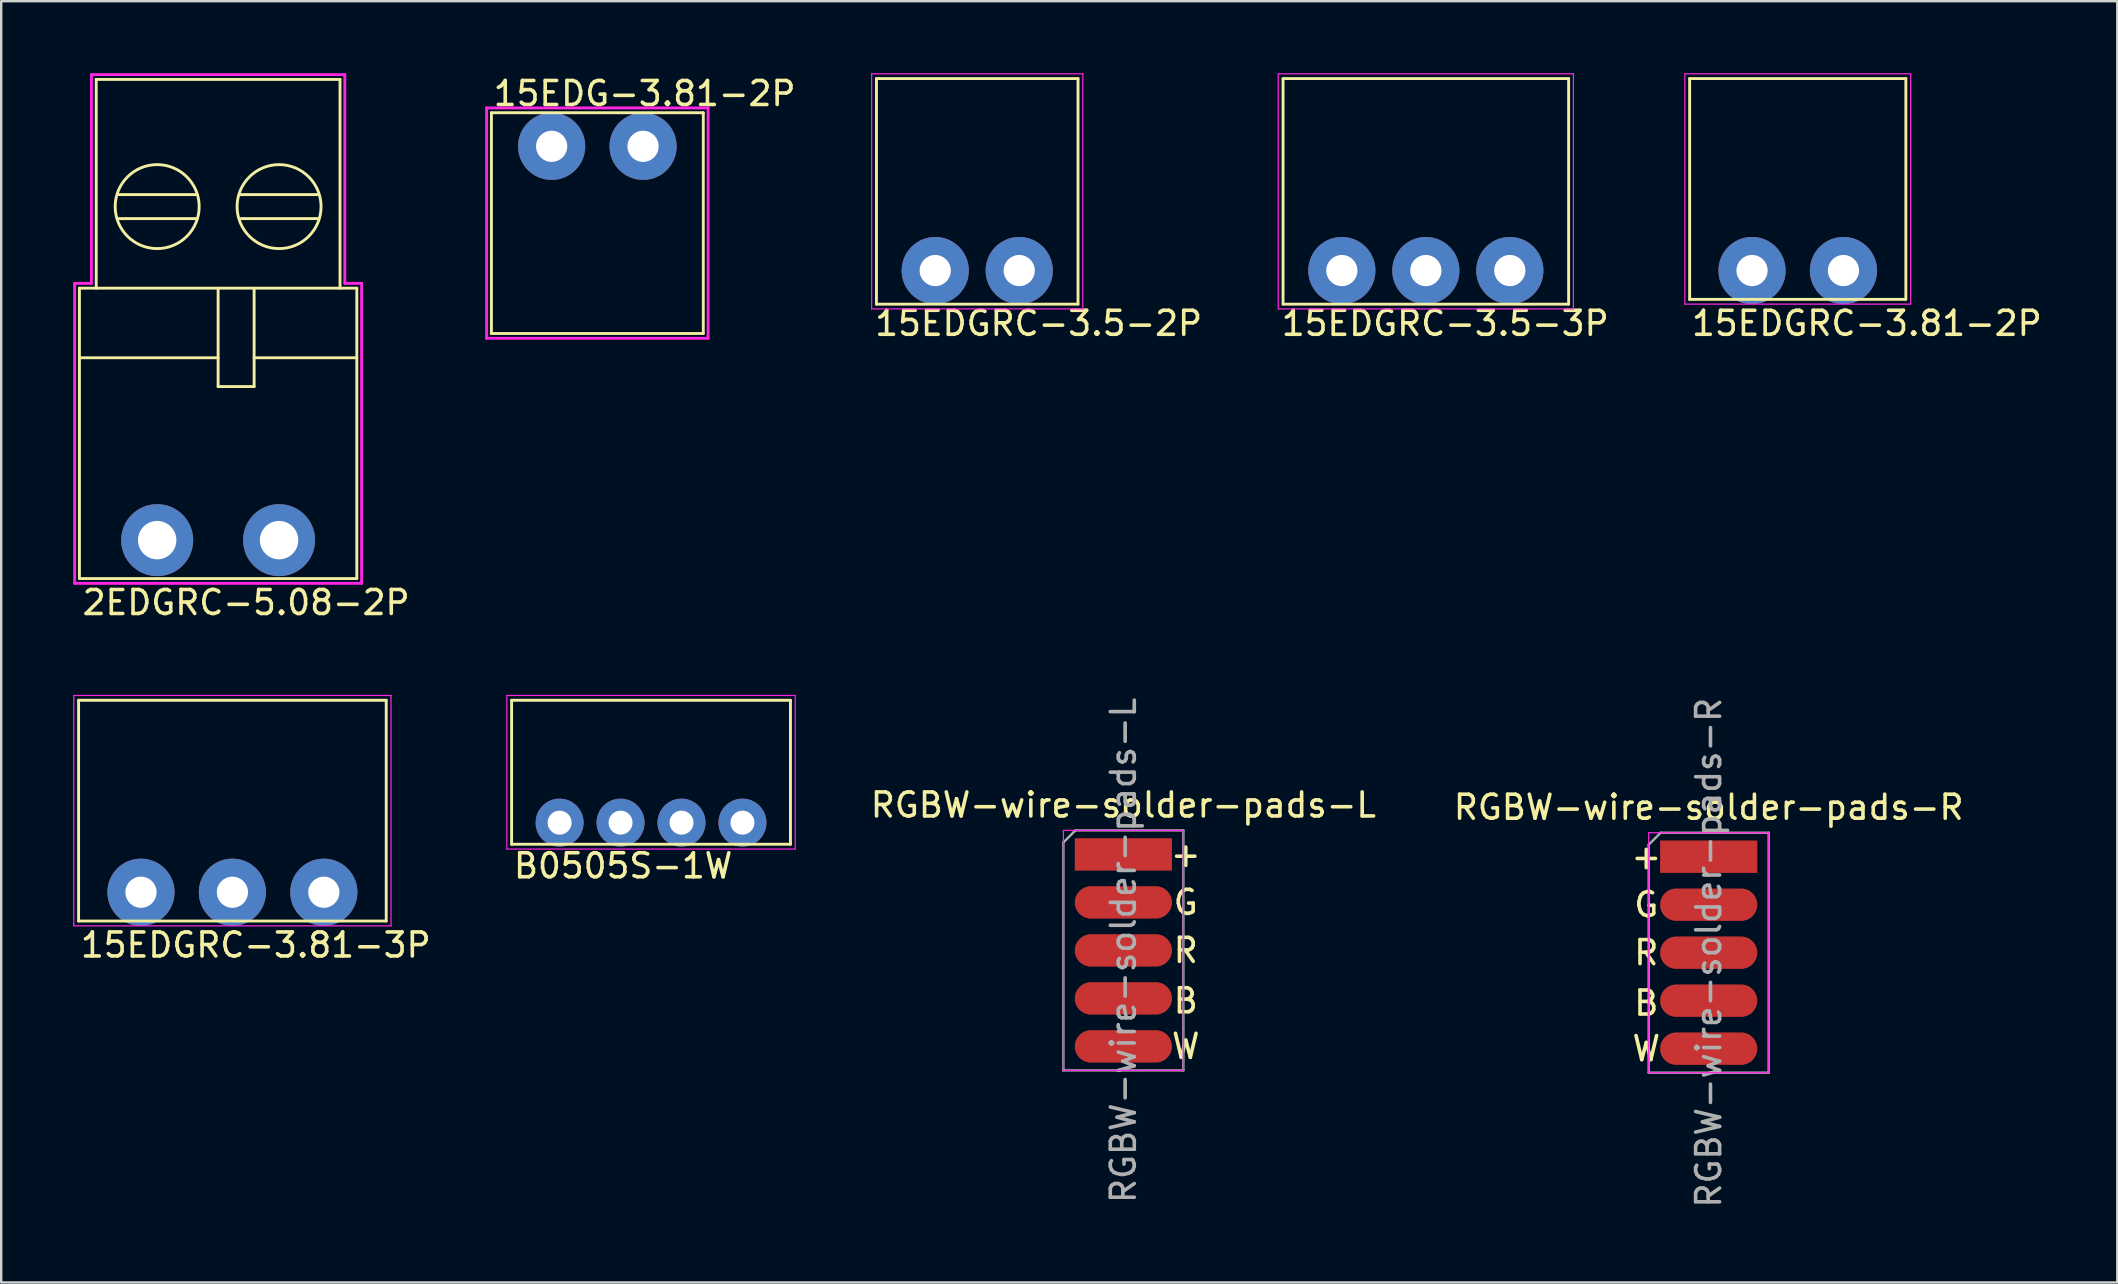
<source format=kicad_pcb>
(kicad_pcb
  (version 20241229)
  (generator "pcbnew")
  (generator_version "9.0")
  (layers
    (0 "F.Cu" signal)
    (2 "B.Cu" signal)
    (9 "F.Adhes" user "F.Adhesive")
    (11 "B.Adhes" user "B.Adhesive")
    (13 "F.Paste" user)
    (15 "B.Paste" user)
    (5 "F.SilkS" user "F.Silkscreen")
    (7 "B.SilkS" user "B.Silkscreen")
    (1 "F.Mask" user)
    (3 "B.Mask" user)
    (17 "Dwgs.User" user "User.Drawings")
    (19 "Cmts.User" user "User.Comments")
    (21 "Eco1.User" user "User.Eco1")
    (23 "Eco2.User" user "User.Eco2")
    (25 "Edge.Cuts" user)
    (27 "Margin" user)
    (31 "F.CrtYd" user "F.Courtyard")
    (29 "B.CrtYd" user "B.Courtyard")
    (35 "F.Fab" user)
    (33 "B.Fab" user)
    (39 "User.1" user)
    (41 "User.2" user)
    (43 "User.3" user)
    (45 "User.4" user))
  (footprint "15EDG-3.81-2P"
    (layer "F.Cu")
    (at 19.939 3.048)
    (property "Reference" "15EDG-3.81-2P" (at -2.51 -2.2 0) (layer "F.SilkS") (effects (font (size 1 1) (thickness 0.15)) (justify left)))
    (attr through_hole)
    (fp_line (start -2.51 -1.4) (end -2.51 7.8) (stroke (width 0.12) (type solid)) (layer "F.SilkS"))
    (fp_line (start -2.51 -1.4) (end 6.32 -1.4) (stroke (width 0.12) (type solid)) (layer "F.SilkS"))
    (fp_line (start 6.32 -1.4) (end 6.32 7.8) (stroke (width 0.12) (type solid)) (layer "F.SilkS"))
    (fp_line (start 6.32 7.8) (end -2.51 7.8) (stroke (width 0.12) (type solid)) (layer "F.SilkS"))
    (fp_line (start -2.71 -1.6) (end -2.71 8) (stroke (width 0.12) (type solid)) (layer "F.CrtYd"))
    (fp_line (start -2.71 -1.6) (end 6.52 -1.6) (stroke (width 0.12) (type solid)) (layer "F.CrtYd"))
    (fp_line (start 6.52 -1.6) (end 6.52 8) (stroke (width 0.12) (type solid)) (layer "F.CrtYd"))
    (fp_line (start 6.52 8) (end -2.71 8) (stroke (width 0.12) (type solid)) (layer "F.CrtYd"))
    (pad "1" thru_hole circle (at 0 0) (size 2.8 2.8) (drill 1.3) (layers "*.Cu" "*.Mask"))
    (pad "2" thru_hole circle (at 3.81 0) (size 2.8 2.8) (drill 1.3) (layers "*.Cu" "*.Mask")))
  (footprint "2EDGRC-5.08-2P"
    (layer "F.Cu")
    (at 3.5 19.46)
    (property "Reference" "2EDGRC-5.08-2P" (at -3.2 2.6 0) (layer "F.SilkS") (effects (font (size 1 1) (thickness 0.15)) (justify left)))
    (attr through_hole)
    (fp_line (start -3.24 -10.5) (end -3.24 1.6) (stroke (width 0.12) (type solid)) (layer "F.SilkS"))
    (fp_line (start -3.24 -10.5) (end 8.32 -10.5) (stroke (width 0.12) (type solid)) (layer "F.SilkS"))
    (fp_line (start -3.24 1.6) (end 8.32 1.6) (stroke (width 0.12) (type solid)) (layer "F.SilkS"))
    (fp_line (start -2.54 -19.2) (end 7.62 -19.2) (stroke (width 0.12) (type solid)) (layer "F.SilkS"))
    (fp_line (start -2.54 -10.5) (end -2.54 -19.2) (stroke (width 0.12) (type solid)) (layer "F.SilkS"))
    (fp_line (start -1.6 -14.4) (end 1.6 -14.4) (stroke (width 0.12) (type solid)) (layer "F.SilkS"))
    (fp_line (start -1.6 -13.4) (end 1.6 -13.4) (stroke (width 0.12) (type solid)) (layer "F.SilkS"))
    (fp_line (start 2.54 -10.5) (end 2.54 -6.4) (stroke (width 0.12) (type solid)) (layer "F.SilkS"))
    (fp_line (start 2.54 -7.6) (end -3.24 -7.6) (stroke (width 0.12) (type solid)) (layer "F.SilkS"))
    (fp_line (start 2.54 -6.4) (end 4.04 -6.4) (stroke (width 0.12) (type solid)) (layer "F.SilkS"))
    (fp_line (start 3.48 -14.4) (end 6.68 -14.4) (stroke (width 0.12) (type solid)) (layer "F.SilkS"))
    (fp_line (start 3.48 -13.4) (end 6.68 -13.4) (stroke (width 0.12) (type solid)) (layer "F.SilkS"))
    (fp_line (start 4.04 -10.5) (end 4.04 -6.4) (stroke (width 0.12) (type solid)) (layer "F.SilkS"))
    (fp_line (start 7.62 -10.5) (end 7.62 -19.2) (stroke (width 0.12) (type solid)) (layer "F.SilkS"))
    (fp_line (start 8.32 -10.5) (end 8.32 1.6) (stroke (width 0.12) (type solid)) (layer "F.SilkS"))
    (fp_line (start 8.32 -7.6) (end 4.04 -7.6) (stroke (width 0.12) (type solid)) (layer "F.SilkS"))
    (fp_circle (center 0 -13.9) (end 1.75 -13.9) (stroke (width 0.12) (type solid)) (fill no) (layer "F.SilkS"))
    (fp_circle (center 5.08 -13.9) (end 6.83 -13.9) (stroke (width 0.12) (type solid)) (fill no) (layer "F.SilkS"))
    (fp_line (start -3.44 1.8) (end -3.44 -10.7) (stroke (width 0.12) (type solid)) (layer "F.CrtYd"))
    (fp_line (start -3.44 1.8) (end 8.52 1.8) (stroke (width 0.12) (type solid)) (layer "F.CrtYd"))
    (fp_line (start -2.74 -19.4) (end -2.74 -10.7) (stroke (width 0.12) (type solid)) (layer "F.CrtYd"))
    (fp_line (start -2.74 -10.7) (end -3.44 -10.7) (stroke (width 0.12) (type solid)) (layer "F.CrtYd"))
    (fp_line (start 7.82 -19.4) (end -2.74 -19.4) (stroke (width 0.12) (type solid)) (layer "F.CrtYd"))
    (fp_line (start 7.82 -10.7) (end 7.82 -19.4) (stroke (width 0.12) (type solid)) (layer "F.CrtYd"))
    (fp_line (start 8.52 -10.7) (end 7.82 -10.7) (stroke (width 0.12) (type solid)) (layer "F.CrtYd"))
    (fp_line (start 8.52 1.8) (end 8.52 -10.7) (stroke (width 0.12) (type solid)) (layer "F.CrtYd"))
    (pad "1" thru_hole circle (at 0 0) (size 3 3) (drill 1.6) (layers "*.Cu" "*.Mask"))
    (pad "2" thru_hole circle (at 5.08 0) (size 3 3) (drill 1.6) (layers "*.Cu" "*.Mask")))
  (footprint "15EDGRC-3.5-3P"
    (layer "F.Cu")
    (at 52.87 8.225)
    (property "Reference" "15EDGRC-3.5-3P" (at -2.6 2.2 0) (layer "F.SilkS") (effects (font (size 1 1) (thickness 0.15)) (justify left)))
    (attr through_hole)
    (fp_line (start -2.45 -8) (end -2.45 1.4) (stroke (width 0.12) (type solid)) (layer "F.SilkS"))
    (fp_line (start -2.45 -8) (end 9.45 -8) (stroke (width 0.12) (type solid)) (layer "F.SilkS"))
    (fp_line (start 9.45 -8) (end 9.45 1.4) (stroke (width 0.12) (type solid)) (layer "F.SilkS"))
    (fp_line (start 9.45 1.4) (end -2.45 1.4) (stroke (width 0.12) (type solid)) (layer "F.SilkS"))
    (fp_line (start -2.65 1.6) (end -2.65 -8.2) (stroke (width 0.05) (type solid)) (layer "F.CrtYd"))
    (fp_line (start -2.65 1.6) (end 9.65 1.6) (stroke (width 0.05) (type solid)) (layer "F.CrtYd"))
    (fp_line (start 9.65 -8.2) (end -2.65 -8.2) (stroke (width 0.05) (type solid)) (layer "F.CrtYd"))
    (fp_line (start 9.65 -8.2) (end 9.65 1.6) (stroke (width 0.05) (type solid)) (layer "F.CrtYd"))
    (pad "1" thru_hole circle (at 0 0) (size 2.8 2.8) (drill 1.3) (layers "*.Cu" "*.Mask"))
    (pad "2" thru_hole circle (at 3.5 0) (size 2.8 2.8) (drill 1.3) (layers "*.Cu" "*.Mask"))
    (pad "3" thru_hole circle (at 7 0) (size 2.8 2.8) (drill 1.3) (layers "*.Cu" "*.Mask")))
  (footprint "15EDGRC-3.5-2P"
    (layer "F.Cu")
    (at 35.925 8.225)
    (property "Reference" "15EDGRC-3.5-2P" (at -2.6 2.2 0) (layer "F.SilkS") (effects (font (size 1 1) (thickness 0.15)) (justify left)))
    (attr through_hole)
    (fp_line (start -2.45 -8) (end -2.45 1.4) (stroke (width 0.12) (type solid)) (layer "F.SilkS"))
    (fp_line (start -2.45 -8) (end 5.95 -8) (stroke (width 0.12) (type solid)) (layer "F.SilkS"))
    (fp_line (start 5.95 -8) (end 5.95 1.4) (stroke (width 0.12) (type solid)) (layer "F.SilkS"))
    (fp_line (start 5.95 1.4) (end -2.45 1.4) (stroke (width 0.12) (type solid)) (layer "F.SilkS"))
    (fp_line (start -2.65 1.6) (end -2.65 -8.2) (stroke (width 0.05) (type solid)) (layer "F.CrtYd"))
    (fp_line (start -2.65 1.6) (end 6.15 1.6) (stroke (width 0.05) (type solid)) (layer "F.CrtYd"))
    (fp_line (start 6.15 -8.2) (end -2.65 -8.2) (stroke (width 0.05) (type solid)) (layer "F.CrtYd"))
    (fp_line (start 6.15 -8.2) (end 6.15 1.6) (stroke (width 0.05) (type solid)) (layer "F.CrtYd"))
    (pad "1" thru_hole circle (at 0 0) (size 2.8 2.8) (drill 1.3) (layers "*.Cu" "*.Mask"))
    (pad "2" thru_hole circle (at 3.5 0) (size 2.8 2.8) (drill 1.3) (layers "*.Cu" "*.Mask")))
  (footprint "B0505S-1W"
    (layer "F.Cu")
    (at 20.271 31.233)
    (property "Reference" "B0505S-1W" (at -2 1.8 0) (layer "F.SilkS") (effects (font (size 1 1) (thickness 0.15)) (justify left)))
    (attr through_hole)
    (fp_line (start -2 -5.1) (end -2 0.9) (stroke (width 0.12) (type solid)) (layer "F.SilkS"))
    (fp_line (start -2 -5.1) (end 9.62 -5.1) (stroke (width 0.12) (type solid)) (layer "F.SilkS"))
    (fp_line (start -2 0.9) (end 9.62 0.9) (stroke (width 0.12) (type solid)) (layer "F.SilkS"))
    (fp_line (start 9.62 -5.1) (end 9.62 0.9) (stroke (width 0.12) (type solid)) (layer "F.SilkS"))
    (fp_line (start -2.2 -5.3) (end -2.2 1.1) (stroke (width 0.05) (type solid)) (layer "F.CrtYd"))
    (fp_line (start -2.2 -5.3) (end 9.82 -5.3) (stroke (width 0.05) (type solid)) (layer "F.CrtYd"))
    (fp_line (start 9.82 -5.3) (end 9.82 1.1) (stroke (width 0.05) (type solid)) (layer "F.CrtYd"))
    (fp_line (start 9.82 1.1) (end -2.2 1.1) (stroke (width 0.05) (type solid)) (layer "F.CrtYd"))
    (pad "1" thru_hole circle (at 0 0) (size 2 2) (drill 1) (layers "*.Cu" "*.Mask"))
    (pad "2" thru_hole circle (at 2.54 0) (size 2 2) (drill 1) (layers "*.Cu" "*.Mask"))
    (pad "3" thru_hole circle (at 5.08 0) (size 2 2) (drill 1) (layers "*.Cu" "*.Mask"))
    (pad "4" thru_hole circle (at 7.62 0) (size 2 2) (drill 1) (layers "*.Cu" "*.Mask")))
  (footprint "RGBW-wire-solder-pads-L"
    (layer "F.Cu")
    (at 43.765 32.557)
    (property "Reference" "RGBW-wire-solder-pads-L" (at 0 -2.06 0) (layer "F.SilkS") (effects (font (size 1 1) (thickness 0.15))))
    (attr through_hole)
    (fp_line (start -2.5 -1) (end -2.5 9) (stroke (width 0.05) (type solid)) (layer "F.CrtYd"))
    (fp_line (start -2.5 9) (end 2.5 9) (stroke (width 0.05) (type solid)) (layer "F.CrtYd"))
    (fp_line (start 2.5 -1) (end -2.5 -1) (stroke (width 0.05) (type solid)) (layer "F.CrtYd"))
    (fp_line (start 2.5 9) (end 2.5 -1) (stroke (width 0.05) (type solid)) (layer "F.CrtYd"))
    (fp_line (start -2.5 -0.5) (end -2 -1) (stroke (width 0.1) (type solid)) (layer "F.Fab"))
    (fp_line (start -2.5 9) (end -2.5 -0.5) (stroke (width 0.1) (type solid)) (layer "F.Fab"))
    (fp_line (start -2 -1) (end 2.5 -1) (stroke (width 0.1) (type solid)) (layer "F.Fab"))
    (fp_line (start 2.5 -1) (end 2.5 9) (stroke (width 0.1) (type solid)) (layer "F.Fab"))
    (fp_line (start 2.5 9) (end -2.5 9) (stroke (width 0.1) (type solid)) (layer "F.Fab"))
    (fp_text user "B" (at 2.6 6.1 0) (layer "F.SilkS") (effects (font (size 1 1) (thickness 0.15))))
    (fp_text user "G" (at 2.6 2 0) (layer "F.SilkS") (effects (font (size 1 1) (thickness 0.15))))
    (fp_text user "R" (at 2.6 4 0) (layer "F.SilkS") (effects (font (size 1 1) (thickness 0.15))))
    (fp_text user "W" (at 2.6 8 0) (layer "F.SilkS") (effects (font (size 1 1) (thickness 0.15))))
    (fp_text user "+" (at 2.6 0 0) (layer "F.SilkS") (effects (font (size 1 1) (thickness 0.15))))
    (fp_text user "${REFERENCE}" (at 0 4 90) (layer "F.Fab") (effects (font (size 1 1) (thickness 0.15))))
    (pad "1" smd rect (at 0 0) (size 4.05 1.35) (layers "F.Cu" "F.Mask" "F.Paste"))
    (pad "2" smd oval (at 0 2) (size 4.05 1.35) (layers "F.Cu" "F.Mask" "F.Paste"))
    (pad "3" smd oval (at 0 4) (size 4.05 1.35) (layers "F.Cu" "F.Mask" "F.Paste"))
    (pad "4" smd oval (at 0 6) (size 4.05 1.35) (layers "F.Cu" "F.Mask" "F.Paste"))
    (pad "5" smd oval (at 0 8) (size 4.05 1.35) (layers "F.Cu" "F.Mask" "F.Paste")))
  (footprint "15EDGRC-3.81-2P"
    (layer "F.Cu")
    (at 69.964 8.225)
    (property "Reference" "15EDGRC-3.81-2P" (at -2.6 2.2 0) (layer "F.SilkS") (effects (font (size 1 1) (thickness 0.15)) (justify left)))
    (attr through_hole)
    (fp_line (start -2.6 -8) (end -2.6 1.2) (stroke (width 0.12) (type solid)) (layer "F.SilkS"))
    (fp_line (start -2.6 -8) (end 6.41 -8) (stroke (width 0.12) (type solid)) (layer "F.SilkS"))
    (fp_line (start -2.6 1.2) (end 6.4 1.2) (stroke (width 0.12) (type solid)) (layer "F.SilkS"))
    (fp_line (start 6.41 -8) (end 6.41 1.2) (stroke (width 0.12) (type solid)) (layer "F.SilkS"))
    (fp_line (start -2.8 1.4) (end -2.8 -8.2) (stroke (width 0.05) (type solid)) (layer "F.CrtYd"))
    (fp_line (start -2.8 1.4) (end 6.61 1.4) (stroke (width 0.05) (type solid)) (layer "F.CrtYd"))
    (fp_line (start 6.61 -8.2) (end -2.8 -8.2) (stroke (width 0.05) (type solid)) (layer "F.CrtYd"))
    (fp_line (start 6.61 -8.2) (end 6.61 1.4) (stroke (width 0.05) (type solid)) (layer "F.CrtYd"))
    (pad "1" thru_hole circle (at 0 0) (size 2.8 2.8) (drill 1.3) (layers "*.Cu" "*.Mask"))
    (pad "2" thru_hole circle (at 3.81 0) (size 2.8 2.8) (drill 1.3) (layers "*.Cu" "*.Mask")))
  (footprint "15EDGRC-3.81-3P"
    (layer "F.Cu")
    (at 2.825 34.133)
    (property "Reference" "15EDGRC-3.81-3P" (at -2.6 2.2 0) (layer "F.SilkS") (effects (font (size 1 1) (thickness 0.15)) (justify left)))
    (attr through_hole)
    (fp_line (start -2.6 -8) (end -2.6 1.2) (stroke (width 0.12) (type solid)) (layer "F.SilkS"))
    (fp_line (start -2.6 -8) (end 10.22 -8) (stroke (width 0.12) (type solid)) (layer "F.SilkS"))
    (fp_line (start -2.6 1.2) (end 10.22 1.2) (stroke (width 0.12) (type solid)) (layer "F.SilkS"))
    (fp_line (start 10.22 -8) (end 10.22 1.2) (stroke (width 0.12) (type solid)) (layer "F.SilkS"))
    (fp_line (start -2.8 1.4) (end -2.8 -8.2) (stroke (width 0.05) (type solid)) (layer "F.CrtYd"))
    (fp_line (start -2.8 1.4) (end 10.42 1.4) (stroke (width 0.05) (type solid)) (layer "F.CrtYd"))
    (fp_line (start 10.42 -8.2) (end -2.8 -8.2) (stroke (width 0.05) (type solid)) (layer "F.CrtYd"))
    (fp_line (start 10.42 -8.2) (end 10.42 1.4) (stroke (width 0.05) (type solid)) (layer "F.CrtYd"))
    (pad "1" thru_hole circle (at 0 0) (size 2.8 2.8) (drill 1.3) (layers "*.Cu" "*.Mask"))
    (pad "2" thru_hole circle (at 3.81 0) (size 2.8 2.8) (drill 1.3) (layers "*.Cu" "*.Mask"))
    (pad "3" thru_hole circle (at 7.62 0) (size 2.8 2.8) (drill 1.3) (layers "*.Cu" "*.Mask")))
  (footprint "RGBW-wire-solder-pads-R"
    (layer "F.Cu")
    (at 68.158 32.652)
    (property "Reference" "RGBW-wire-solder-pads-R" (at 0 -2.06 0) (layer "F.SilkS") (effects (font (size 1 1) (thickness 0.15))))
    (attr through_hole)
    (fp_line (start -2.5 -1) (end -2.5 9) (stroke (width 0.05) (type solid)) (layer "F.CrtYd"))
    (fp_line (start -2.5 9) (end 2.5 9) (stroke (width 0.05) (type solid)) (layer "F.CrtYd"))
    (fp_line (start 2.5 -1) (end -2.5 -1) (stroke (width 0.05) (type solid)) (layer "F.CrtYd"))
    (fp_line (start 2.5 9) (end 2.5 -1) (stroke (width 0.05) (type solid)) (layer "F.CrtYd"))
    (fp_line (start -2.5 -0.5) (end -2 -1) (stroke (width 0.1) (type solid)) (layer "F.Fab"))
    (fp_line (start -2.5 9) (end -2.5 -0.5) (stroke (width 0.1) (type solid)) (layer "F.Fab"))
    (fp_line (start -2 -1) (end 2.5 -1) (stroke (width 0.1) (type solid)) (layer "F.Fab"))
    (fp_line (start 2.5 -1) (end 2.5 9) (stroke (width 0.1) (type solid)) (layer "F.Fab"))
    (fp_line (start 2.5 9) (end -2.5 9) (stroke (width 0.1) (type solid)) (layer "F.Fab"))
    (fp_text user "G" (at -2.6 2 0) (layer "F.SilkS") (effects (font (size 1 1) (thickness 0.15))))
    (fp_text user "+" (at -2.6 0 0) (layer "F.SilkS") (effects (font (size 1 1) (thickness 0.15))))
    (fp_text user "R" (at -2.6 4 0) (layer "F.SilkS") (effects (font (size 1 1) (thickness 0.15))))
    (fp_text user "B" (at -2.6 6.1 0) (layer "F.SilkS") (effects (font (size 1 1) (thickness 0.15))))
    (fp_text user "W" (at -2.6 8 0) (layer "F.SilkS") (effects (font (size 1 1) (thickness 0.15))))
    (fp_text user "${REFERENCE}" (at 0 4 90) (layer "F.Fab") (effects (font (size 1 1) (thickness 0.15))))
    (pad "1" smd rect (at 0 0) (size 4.05 1.35) (layers "F.Cu" "F.Mask" "F.Paste"))
    (pad "2" smd oval (at 0 2) (size 4.05 1.35) (layers "F.Cu" "F.Mask" "F.Paste"))
    (pad "3" smd oval (at 0 4) (size 4.05 1.35) (layers "F.Cu" "F.Mask" "F.Paste"))
    (pad "4" smd oval (at 0 6) (size 4.05 1.35) (layers "F.Cu" "F.Mask" "F.Paste"))
    (pad "5" smd oval (at 0 8) (size 4.05 1.35) (layers "F.Cu" "F.Mask" "F.Paste")))
  (gr_rect
    (start -3 -3)
    (end 85.185 50.396)
    (stroke (width 0.1) (type default))
    (fill no)
    (layer "Edge.Cuts")))
</source>
